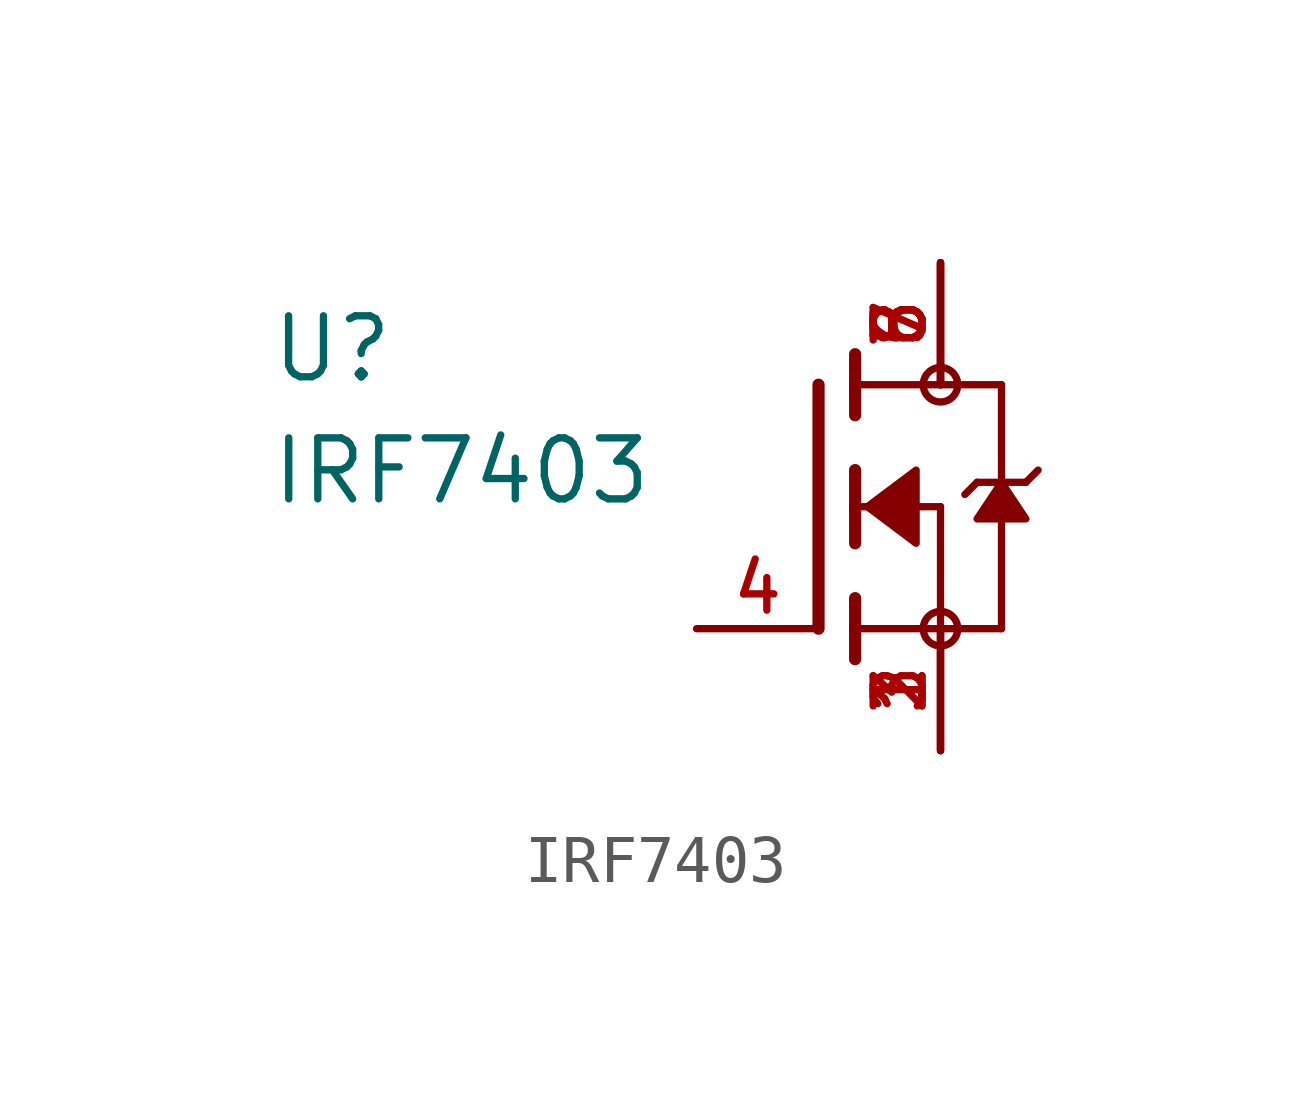
<source format=kicad_sym>
(kicad_symbol_lib
  (version 20211014)
  (generator kicad_symbol_editor)
  (symbol "IRF7403"
    (pin_names
      (offset 1.016))
    (property "Reference" "U"
      (at -11.438 2.542 0)
      (effects (font (size 1.27 1.27)) (justify bottom left)))
    (property "Value" "IRF7403"
      (at -11.435 0.0 0)
      (effects (font (size 1.27 1.27)) (justify bottom left)))
    (symbol "IRF7403_0_0"
      (polyline (pts (xy 0.762 0.762) (xy 0.762 0.0)) (stroke (width 0.254)))
      (polyline (pts (xy 0.762 0.0) (xy 0.762 -0.762)) (stroke (width 0.254)))
      (polyline (pts (xy 0.762 3.175) (xy 0.762 2.54)) (stroke (width 0.254)))
      (polyline (pts (xy 0.762 2.54) (xy 0.762 1.905)) (stroke (width 0.254)))
      (polyline (pts (xy 0.762 0.0) (xy 2.54 0.0)) (stroke (width 0.152)))
      (polyline (pts (xy 2.54 0.0) (xy 2.54 -2.54)) (stroke (width 0.152)))
      (polyline (pts (xy 0.762 -1.905) (xy 0.762 -2.54)) (stroke (width 0.254)))
      (polyline (pts (xy 0.762 -2.54) (xy 0.762 -3.175)) (stroke (width 0.254)))
      (polyline (pts (xy 0.0 2.54) (xy 0.0 -2.54)) (stroke (width 0.254)))
      (polyline (pts (xy 2.54 -2.54) (xy 0.762 -2.54)) (stroke (width 0.152)))
      (polyline (pts (xy 3.81 2.54) (xy 3.81 0.508)) (stroke (width 0.152)))
      (polyline (pts (xy 3.81 0.508) (xy 3.81 -2.54)) (stroke (width 0.152)))
      (polyline (pts (xy 2.54 -2.54) (xy 3.81 -2.54)) (stroke (width 0.152)))
      (polyline (pts (xy 0.762 2.54) (xy 3.81 2.54)) (stroke (width 0.152)))
      (polyline (pts (xy 4.572 0.762) (xy 4.318 0.508)) (stroke (width 0.152)))
      (polyline (pts (xy 4.318 0.508) (xy 3.81 0.508)) (stroke (width 0.152)))
      (polyline (pts (xy 3.81 0.508) (xy 3.302 0.508)) (stroke (width 0.152)))
      (polyline (pts (xy 3.302 0.508) (xy 3.048 0.254)) (stroke (width 0.152)))
      (circle (center 2.54 -2.54) (radius 0.359) (stroke (width 0.0)) (fill (type none)))
      (circle (center 2.54 2.54) (radius 0.359) (stroke (width 0.0)) (fill (type none)))
      (polyline (pts (xy 3.81 0.508) (xy 3.302 -0.254) (xy 4.318 -0.254) (xy 3.81 0.508)) (stroke (width 0.152)) (fill (type outline)))
      (polyline (pts (xy 1.016 0.0) (xy 2.032 0.762) (xy 2.032 -0.762) (xy 1.016 0.0)) (stroke (width 0.152)) (fill (type outline)))
      (pin passive line (at 2.54 -5.08 90.0) (length 2.54) (name "~" (effects (font (size 1.016 1.016)))) (number "1" (effects (font (size 1.016 1.016)))))
      (pin passive line (at 2.54 -5.08 90.0) (length 2.54) (name "~" (effects (font (size 1.016 1.016)))) (number "2" (effects (font (size 1.016 1.016)))))
      (pin passive line (at 2.54 -5.08 90.0) (length 2.54) (name "~" (effects (font (size 1.016 1.016)))) (number "3" (effects (font (size 1.016 1.016)))))
      (pin passive line (at -2.54 -2.54 0) (length 2.54) (name "~" (effects (font (size 1.016 1.016)))) (number "4" (effects (font (size 1.016 1.016)))))
      (pin passive line (at 2.54 5.08 270.0) (length 2.54) (name "~" (effects (font (size 1.016 1.016)))) (number "5" (effects (font (size 1.016 1.016)))))
      (pin passive line (at 2.54 5.08 270.0) (length 2.54) (name "~" (effects (font (size 1.016 1.016)))) (number "6" (effects (font (size 1.016 1.016)))))
      (pin passive line (at 2.54 5.08 270.0) (length 2.54) (name "~" (effects (font (size 1.016 1.016)))) (number "7" (effects (font (size 1.016 1.016)))))
      (pin passive line (at 2.54 5.08 270.0) (length 2.54) (name "~" (effects (font (size 1.016 1.016)))) (number "8" (effects (font (size 1.016 1.016))))))))
</source>
